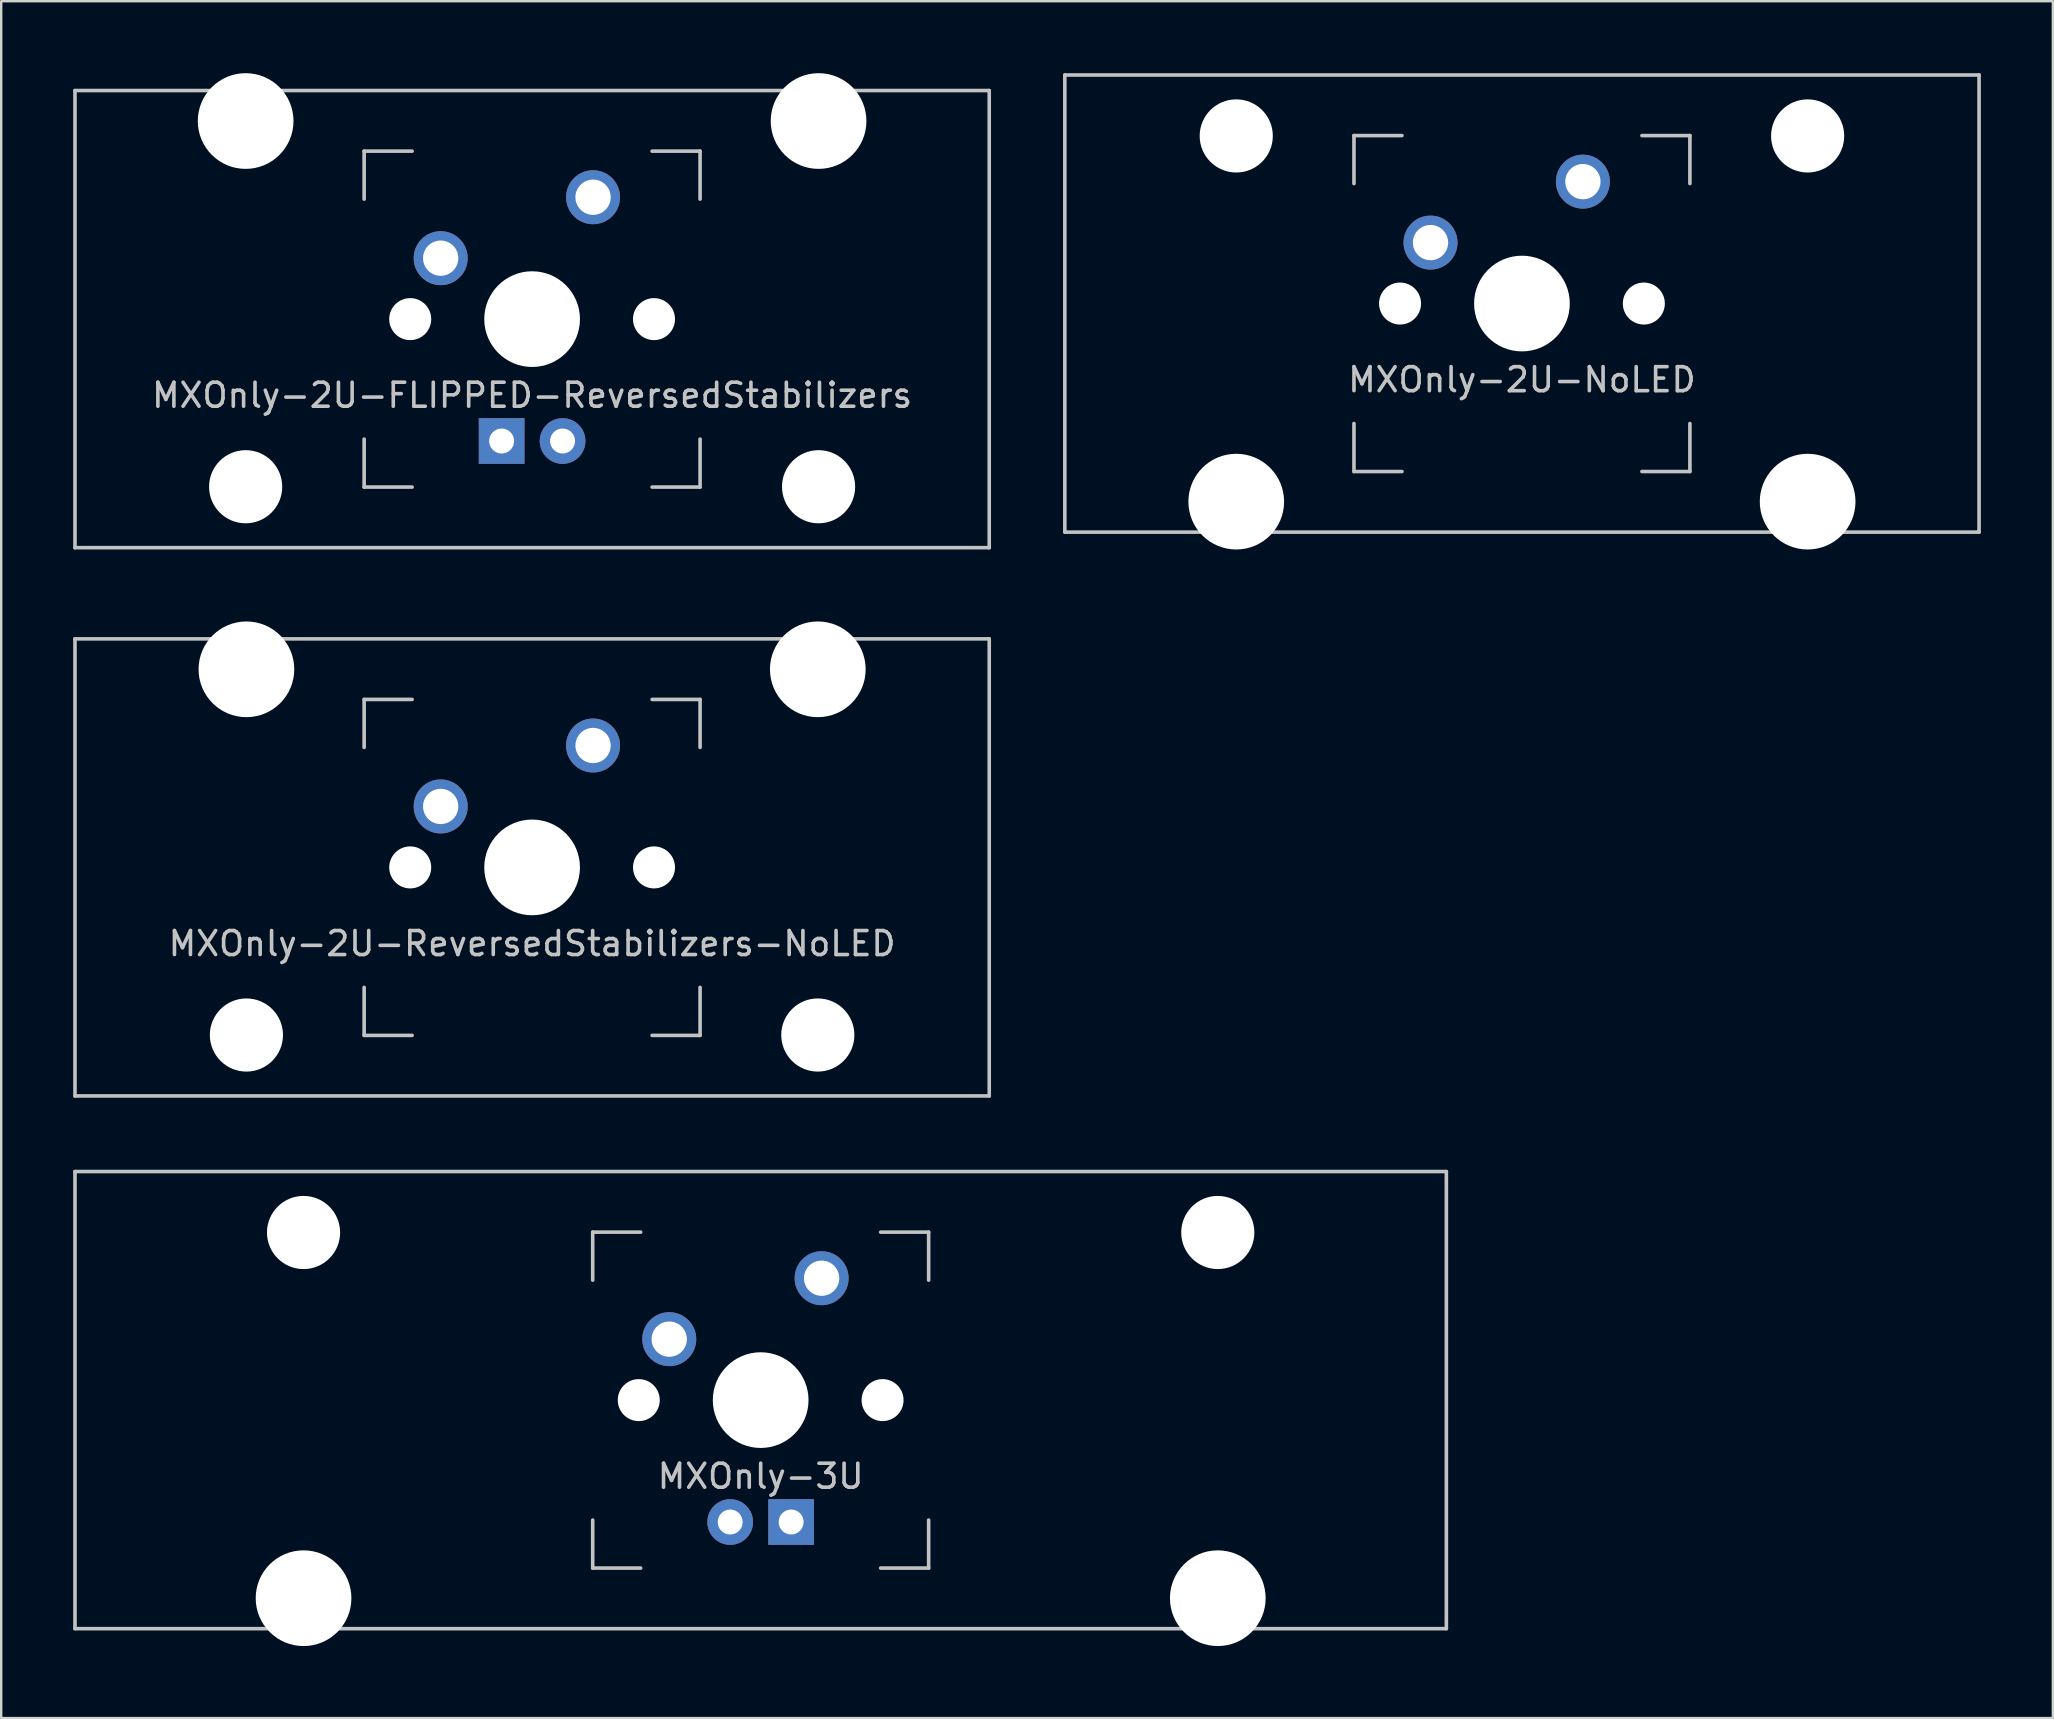
<source format=kicad_pcb>
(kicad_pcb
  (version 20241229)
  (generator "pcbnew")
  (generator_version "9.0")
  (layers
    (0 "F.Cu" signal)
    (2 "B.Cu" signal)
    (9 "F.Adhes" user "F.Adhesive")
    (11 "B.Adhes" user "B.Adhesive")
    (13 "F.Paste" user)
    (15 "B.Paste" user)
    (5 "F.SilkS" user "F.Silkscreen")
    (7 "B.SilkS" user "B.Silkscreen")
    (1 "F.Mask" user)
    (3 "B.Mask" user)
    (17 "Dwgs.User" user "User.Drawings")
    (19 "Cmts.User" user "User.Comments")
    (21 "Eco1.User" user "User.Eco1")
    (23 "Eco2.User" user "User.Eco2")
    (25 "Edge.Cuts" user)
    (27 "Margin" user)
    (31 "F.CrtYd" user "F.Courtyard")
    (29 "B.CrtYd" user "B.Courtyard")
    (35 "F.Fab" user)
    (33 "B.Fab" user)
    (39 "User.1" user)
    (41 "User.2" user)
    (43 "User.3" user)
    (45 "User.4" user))
  (footprint "MXOnly-3U"
    (layer "F.Cu")
    (at 28.65 55.298)
    (property "Reference" "MXOnly-3U" (at 0 3.175 0) (layer "Dwgs.User") (effects (font (size 1 1) (thickness 0.15))))
    (attr through_hole)
    (fp_line (start -28.575 -9.525) (end 28.575 -9.525) (stroke (width 0.15) (type solid)) (layer "Dwgs.User"))
    (fp_line (start -28.575 9.525) (end -28.575 -9.525) (stroke (width 0.15) (type solid)) (layer "Dwgs.User"))
    (fp_line (start -28.575 9.525) (end 28.575 9.525) (stroke (width 0.15) (type solid)) (layer "Dwgs.User"))
    (fp_line (start -7 -7) (end -7 -5) (stroke (width 0.15) (type solid)) (layer "Dwgs.User"))
    (fp_line (start -7 5) (end -7 7) (stroke (width 0.15) (type solid)) (layer "Dwgs.User"))
    (fp_line (start -7 7) (end -5 7) (stroke (width 0.15) (type solid)) (layer "Dwgs.User"))
    (fp_line (start -5 -7) (end -7 -7) (stroke (width 0.15) (type solid)) (layer "Dwgs.User"))
    (fp_line (start 5 -7) (end 7 -7) (stroke (width 0.15) (type solid)) (layer "Dwgs.User"))
    (fp_line (start 5 7) (end 7 7) (stroke (width 0.15) (type solid)) (layer "Dwgs.User"))
    (fp_line (start 7 -7) (end 7 -5) (stroke (width 0.15) (type solid)) (layer "Dwgs.User"))
    (fp_line (start 7 7) (end 7 5) (stroke (width 0.15) (type solid)) (layer "Dwgs.User"))
    (fp_line (start 28.575 -9.525) (end 28.575 9.525) (stroke (width 0.15) (type solid)) (layer "Dwgs.User"))
    (pad "" np_thru_hole circle (at -19.05 -6.985) (size 3.048 3.048) (drill 3.048) (layers "*.Cu" "*.Mask"))
    (pad "" np_thru_hole circle (at -19.05 8.255) (size 3.988 3.988) (drill 3.988) (layers "*.Cu" "*.Mask"))
    (pad "" np_thru_hole circle (at -5.08 0 48.1) (size 1.75 1.75) (drill 1.75) (layers "*.Cu" "*.Mask"))
    (pad "" np_thru_hole circle (at 0 0) (size 3.988 3.988) (drill 3.988) (layers "*.Cu" "*.Mask"))
    (pad "" np_thru_hole circle (at 5.08 0 48.1) (size 1.75 1.75) (drill 1.75) (layers "*.Cu" "*.Mask"))
    (pad "" np_thru_hole circle (at 19.05 -6.985) (size 3.048 3.048) (drill 3.048) (layers "*.Cu" "*.Mask"))
    (pad "" np_thru_hole circle (at 19.05 8.255) (size 3.988 3.988) (drill 3.988) (layers "*.Cu" "*.Mask"))
    (pad "1" thru_hole circle (at -3.81 -2.54 48.1) (size 2.25 2.25) (drill 1.47) (layers "*.Cu" "*.Mask"))
    (pad "2" thru_hole circle (at 2.54 -5.08) (size 2.25 2.25) (drill 1.47) (layers "*.Cu" "*.Mask"))
    (pad "3" thru_hole circle (at -1.27 5.08) (size 1.905 1.905) (drill 1.04) (layers "*.Cu" "*.Mask"))
    (pad "4" thru_hole rect (at 1.27 5.08) (size 1.905 1.905) (drill 1.04) (layers "*.Cu" "*.Mask")))
  (footprint "MXOnly-2U-ReversedStabilizers-NoLED"
    (layer "F.Cu")
    (at 19.125 33.098)
    (property "Reference" "MXOnly-2U-ReversedStabilizers-NoLED" (at 0 3.175 0) (layer "Dwgs.User") (effects (font (size 1 1) (thickness 0.15))))
    (attr through_hole)
    (fp_line (start -19.05 -9.525) (end 19.05 -9.525) (stroke (width 0.15) (type solid)) (layer "Dwgs.User"))
    (fp_line (start -19.05 9.525) (end -19.05 -9.525) (stroke (width 0.15) (type solid)) (layer "Dwgs.User"))
    (fp_line (start -19.05 9.525) (end 19.05 9.525) (stroke (width 0.15) (type solid)) (layer "Dwgs.User"))
    (fp_line (start -7 -7) (end -7 -5) (stroke (width 0.15) (type solid)) (layer "Dwgs.User"))
    (fp_line (start -7 5) (end -7 7) (stroke (width 0.15) (type solid)) (layer "Dwgs.User"))
    (fp_line (start -7 7) (end -5 7) (stroke (width 0.15) (type solid)) (layer "Dwgs.User"))
    (fp_line (start -5 -7) (end -7 -7) (stroke (width 0.15) (type solid)) (layer "Dwgs.User"))
    (fp_line (start 5 -7) (end 7 -7) (stroke (width 0.15) (type solid)) (layer "Dwgs.User"))
    (fp_line (start 5 7) (end 7 7) (stroke (width 0.15) (type solid)) (layer "Dwgs.User"))
    (fp_line (start 7 -7) (end 7 -5) (stroke (width 0.15) (type solid)) (layer "Dwgs.User"))
    (fp_line (start 7 7) (end 7 5) (stroke (width 0.15) (type solid)) (layer "Dwgs.User"))
    (fp_line (start 19.05 -9.525) (end 19.05 9.525) (stroke (width 0.15) (type solid)) (layer "Dwgs.User"))
    (pad "" np_thru_hole circle (at -11.906 -8.255) (size 3.988 3.988) (drill 3.988) (layers "*.Cu" "*.Mask"))
    (pad "" np_thru_hole circle (at -11.906 6.985) (size 3.048 3.048) (drill 3.048) (layers "*.Cu" "*.Mask"))
    (pad "" np_thru_hole circle (at -5.08 0 48.1) (size 1.75 1.75) (drill 1.75) (layers "*.Cu" "*.Mask"))
    (pad "" np_thru_hole circle (at 0 0) (size 3.988 3.988) (drill 3.988) (layers "*.Cu" "*.Mask"))
    (pad "" np_thru_hole circle (at 5.08 0 48.1) (size 1.75 1.75) (drill 1.75) (layers "*.Cu" "*.Mask"))
    (pad "" np_thru_hole circle (at 11.906 -8.255) (size 3.988 3.988) (drill 3.988) (layers "*.Cu" "*.Mask"))
    (pad "" np_thru_hole circle (at 11.906 6.985) (size 3.048 3.048) (drill 3.048) (layers "*.Cu" "*.Mask"))
    (pad "1" thru_hole circle (at -3.81 -2.54) (size 2.25 2.25) (drill 1.47) (layers "*.Cu" "*.Mask"))
    (pad "2" thru_hole circle (at 2.54 -5.08) (size 2.25 2.25) (drill 1.47) (layers "*.Cu" "*.Mask")))
  (footprint "MXOnly-2U-NoLED"
    (layer "F.Cu")
    (at 60.375 9.6)
    (property "Reference" "MXOnly-2U-NoLED" (at 0 3.175 0) (layer "Dwgs.User") (effects (font (size 1 1) (thickness 0.15))))
    (attr through_hole)
    (fp_line (start -19.05 -9.525) (end 19.05 -9.525) (stroke (width 0.15) (type solid)) (layer "Dwgs.User"))
    (fp_line (start -19.05 9.525) (end -19.05 -9.525) (stroke (width 0.15) (type solid)) (layer "Dwgs.User"))
    (fp_line (start -19.05 9.525) (end 19.05 9.525) (stroke (width 0.15) (type solid)) (layer "Dwgs.User"))
    (fp_line (start -7 -7) (end -7 -5) (stroke (width 0.15) (type solid)) (layer "Dwgs.User"))
    (fp_line (start -7 5) (end -7 7) (stroke (width 0.15) (type solid)) (layer "Dwgs.User"))
    (fp_line (start -7 7) (end -5 7) (stroke (width 0.15) (type solid)) (layer "Dwgs.User"))
    (fp_line (start -5 -7) (end -7 -7) (stroke (width 0.15) (type solid)) (layer "Dwgs.User"))
    (fp_line (start 5 -7) (end 7 -7) (stroke (width 0.15) (type solid)) (layer "Dwgs.User"))
    (fp_line (start 5 7) (end 7 7) (stroke (width 0.15) (type solid)) (layer "Dwgs.User"))
    (fp_line (start 7 -7) (end 7 -5) (stroke (width 0.15) (type solid)) (layer "Dwgs.User"))
    (fp_line (start 7 7) (end 7 5) (stroke (width 0.15) (type solid)) (layer "Dwgs.User"))
    (fp_line (start 19.05 -9.525) (end 19.05 9.525) (stroke (width 0.15) (type solid)) (layer "Dwgs.User"))
    (pad "" np_thru_hole circle (at -11.906 -6.985) (size 3.048 3.048) (drill 3.048) (layers "*.Cu" "*.Mask"))
    (pad "" np_thru_hole circle (at -11.906 8.255) (size 3.988 3.988) (drill 3.988) (layers "*.Cu" "*.Mask"))
    (pad "" np_thru_hole circle (at -5.08 0 48.1) (size 1.75 1.75) (drill 1.75) (layers "*.Cu" "*.Mask"))
    (pad "" np_thru_hole circle (at 0 0) (size 3.988 3.988) (drill 3.988) (layers "*.Cu" "*.Mask"))
    (pad "" np_thru_hole circle (at 5.08 0 48.1) (size 1.75 1.75) (drill 1.75) (layers "*.Cu" "*.Mask"))
    (pad "" np_thru_hole circle (at 11.906 -6.985) (size 3.048 3.048) (drill 3.048) (layers "*.Cu" "*.Mask"))
    (pad "" np_thru_hole circle (at 11.906 8.255) (size 3.988 3.988) (drill 3.988) (layers "*.Cu" "*.Mask"))
    (pad "1" thru_hole circle (at -3.81 -2.54) (size 2.25 2.25) (drill 1.47) (layers "*.Cu" "*.Mask"))
    (pad "2" thru_hole circle (at 2.54 -5.08) (size 2.25 2.25) (drill 1.47) (layers "*.Cu" "*.Mask")))
  (footprint "MXOnly-2U-FLIPPED-ReversedStabilizers"
    (layer "F.Cu")
    (at 19.125 10.249)
    (property "Reference" "MXOnly-2U-FLIPPED-ReversedStabilizers" (at 0 3.175 0) (layer "Dwgs.User") (effects (font (size 1 1) (thickness 0.15))))
    (attr through_hole)
    (fp_line (start -19.05 -9.525) (end 19.05 -9.525) (stroke (width 0.15) (type solid)) (layer "Dwgs.User"))
    (fp_line (start -19.05 9.525) (end -19.05 -9.525) (stroke (width 0.15) (type solid)) (layer "Dwgs.User"))
    (fp_line (start -19.05 9.525) (end 19.05 9.525) (stroke (width 0.15) (type solid)) (layer "Dwgs.User"))
    (fp_line (start -7 -7) (end -7 -5) (stroke (width 0.15) (type solid)) (layer "Dwgs.User"))
    (fp_line (start -7 5) (end -7 7) (stroke (width 0.15) (type solid)) (layer "Dwgs.User"))
    (fp_line (start -7 7) (end -5 7) (stroke (width 0.15) (type solid)) (layer "Dwgs.User"))
    (fp_line (start -5 -7) (end -7 -7) (stroke (width 0.15) (type solid)) (layer "Dwgs.User"))
    (fp_line (start 5 -7) (end 7 -7) (stroke (width 0.15) (type solid)) (layer "Dwgs.User"))
    (fp_line (start 5 7) (end 7 7) (stroke (width 0.15) (type solid)) (layer "Dwgs.User"))
    (fp_line (start 7 -7) (end 7 -5) (stroke (width 0.15) (type solid)) (layer "Dwgs.User"))
    (fp_line (start 7 7) (end 7 5) (stroke (width 0.15) (type solid)) (layer "Dwgs.User"))
    (fp_line (start 19.05 -9.525) (end 19.05 9.525) (stroke (width 0.15) (type solid)) (layer "Dwgs.User"))
    (pad "" np_thru_hole circle (at -11.938 -8.255) (size 3.988 3.988) (drill 3.988) (layers "*.Cu" "*.Mask"))
    (pad "" np_thru_hole circle (at -11.938 6.985) (size 3.048 3.048) (drill 3.048) (layers "*.Cu" "*.Mask"))
    (pad "" np_thru_hole circle (at -5.08 0 48.1) (size 1.75 1.75) (drill 1.75) (layers "*.Cu" "*.Mask"))
    (pad "" np_thru_hole circle (at 0 0) (size 3.988 3.988) (drill 3.988) (layers "*.Cu" "*.Mask"))
    (pad "" np_thru_hole circle (at 5.08 0 48.1) (size 1.75 1.75) (drill 1.75) (layers "*.Cu" "*.Mask"))
    (pad "" np_thru_hole circle (at 11.938 -8.255) (size 3.988 3.988) (drill 3.988) (layers "*.Cu" "*.Mask"))
    (pad "" np_thru_hole circle (at 11.938 6.985) (size 3.048 3.048) (drill 3.048) (layers "*.Cu" "*.Mask"))
    (pad "1" thru_hole circle (at -3.81 -2.54) (size 2.25 2.25) (drill 1.47) (layers "*.Cu" "*.Mask"))
    (pad "2" thru_hole circle (at 2.54 -5.08) (size 2.25 2.25) (drill 1.47) (layers "*.Cu" "*.Mask"))
    (pad "3" thru_hole circle (at 1.27 5.08) (size 1.905 1.905) (drill 1.04) (layers "*.Cu" "*.Mask"))
    (pad "4" thru_hole rect (at -1.27 5.08) (size 1.905 1.905) (drill 1.04) (layers "*.Cu" "*.Mask")))
  (gr_rect
    (start -3 -3)
    (end 82.5 68.547)
    (stroke (width 0.1) (type default))
    (fill no)
    (layer "Edge.Cuts")))
</source>
